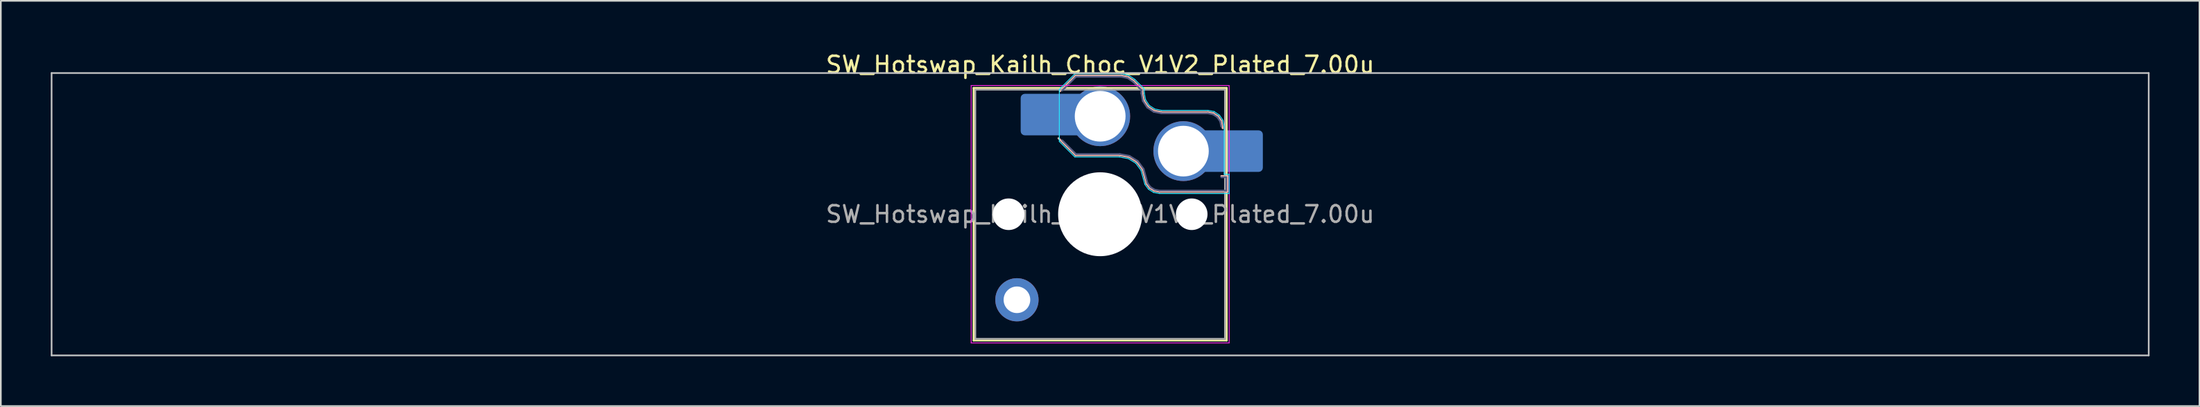
<source format=kicad_pcb>
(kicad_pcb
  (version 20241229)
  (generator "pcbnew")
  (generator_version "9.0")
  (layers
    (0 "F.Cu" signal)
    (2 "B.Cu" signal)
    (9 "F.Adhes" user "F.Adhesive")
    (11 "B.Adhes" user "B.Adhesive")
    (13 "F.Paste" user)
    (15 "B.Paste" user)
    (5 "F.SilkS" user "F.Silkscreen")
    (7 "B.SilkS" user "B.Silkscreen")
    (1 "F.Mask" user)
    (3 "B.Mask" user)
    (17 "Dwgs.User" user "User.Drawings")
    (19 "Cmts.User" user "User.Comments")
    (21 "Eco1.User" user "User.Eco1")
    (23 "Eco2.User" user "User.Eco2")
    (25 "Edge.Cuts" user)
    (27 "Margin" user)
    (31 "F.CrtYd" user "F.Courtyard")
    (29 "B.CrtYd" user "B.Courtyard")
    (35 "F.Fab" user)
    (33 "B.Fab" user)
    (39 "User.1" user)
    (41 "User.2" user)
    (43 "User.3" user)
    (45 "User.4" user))
  (footprint "SW_Hotswap_Kailh_Choc_V1V2_Plated_7.00u"
    (layer "F.Cu")
    (at 63.05 9.848)
    (property "Reference" "SW_Hotswap_Kailh_Choc_V1V2_Plated_7.00u" (at 0 -9 0) (layer "F.SilkS") (effects (font (size 1 1) (thickness 0.15))))
    (attr smd)
    (fp_line (start -7.6 -7.6) (end -7.6 7.6) (stroke (width 0.12) (type solid)) (layer "F.SilkS"))
    (fp_line (start -7.6 7.6) (end 7.6 7.6) (stroke (width 0.12) (type solid)) (layer "F.SilkS"))
    (fp_line (start 7.6 -7.6) (end -7.6 -7.6) (stroke (width 0.12) (type solid)) (layer "F.SilkS"))
    (fp_line (start 7.6 7.6) (end 7.6 -7.6) (stroke (width 0.12) (type solid)) (layer "F.SilkS"))
    (fp_line (start -2.416 -7.409) (end -1.479 -8.346) (stroke (width 0.12) (type solid)) (layer "B.SilkS"))
    (fp_line (start -1.479 -8.346) (end 1.268 -8.346) (stroke (width 0.12) (type solid)) (layer "B.SilkS"))
    (fp_line (start -1.479 -3.554) (end -2.5 -4.575) (stroke (width 0.12) (type solid)) (layer "B.SilkS"))
    (fp_line (start 1.168 -3.554) (end -1.479 -3.554) (stroke (width 0.12) (type solid)) (layer "B.SilkS"))
    (fp_line (start 1.268 -8.346) (end 1.671 -8.266) (stroke (width 0.12) (type solid)) (layer "B.SilkS"))
    (fp_line (start 1.671 -8.266) (end 2.013 -8.037) (stroke (width 0.12) (type solid)) (layer "B.SilkS"))
    (fp_line (start 1.73 -3.449) (end 1.168 -3.554) (stroke (width 0.12) (type solid)) (layer "B.SilkS"))
    (fp_line (start 2.013 -8.037) (end 2.546 -7.504) (stroke (width 0.12) (type solid)) (layer "B.SilkS"))
    (fp_line (start 2.209 -3.15) (end 1.73 -3.449) (stroke (width 0.12) (type solid)) (layer "B.SilkS"))
    (fp_line (start 2.546 -7.504) (end 2.546 -7.282) (stroke (width 0.12) (type solid)) (layer "B.SilkS"))
    (fp_line (start 2.546 -7.282) (end 2.633 -6.844) (stroke (width 0.12) (type solid)) (layer "B.SilkS"))
    (fp_line (start 2.547 -2.697) (end 2.209 -3.15) (stroke (width 0.12) (type solid)) (layer "B.SilkS"))
    (fp_line (start 2.633 -6.844) (end 2.877 -6.477) (stroke (width 0.12) (type solid)) (layer "B.SilkS"))
    (fp_line (start 2.701 -2.139) (end 2.547 -2.697) (stroke (width 0.12) (type solid)) (layer "B.SilkS"))
    (fp_line (start 2.783 -1.841) (end 2.701 -2.139) (stroke (width 0.12) (type solid)) (layer "B.SilkS"))
    (fp_line (start 2.877 -6.477) (end 3.244 -6.233) (stroke (width 0.12) (type solid)) (layer "B.SilkS"))
    (fp_line (start 2.976 -1.583) (end 2.783 -1.841) (stroke (width 0.12) (type solid)) (layer "B.SilkS"))
    (fp_line (start 3.244 -6.233) (end 3.682 -6.146) (stroke (width 0.12) (type solid)) (layer "B.SilkS"))
    (fp_line (start 3.25 -1.413) (end 2.976 -1.583) (stroke (width 0.12) (type solid)) (layer "B.SilkS"))
    (fp_line (start 3.56 -1.354) (end 3.25 -1.413) (stroke (width 0.12) (type solid)) (layer "B.SilkS"))
    (fp_line (start 3.682 -6.146) (end 6.482 -6.146) (stroke (width 0.12) (type solid)) (layer "B.SilkS"))
    (fp_line (start 6.482 -6.146) (end 6.809 -6.081) (stroke (width 0.12) (type solid)) (layer "B.SilkS"))
    (fp_line (start 6.809 -6.081) (end 7.092 -5.892) (stroke (width 0.12) (type solid)) (layer "B.SilkS"))
    (fp_line (start 7.092 -5.892) (end 7.281 -5.609) (stroke (width 0.12) (type solid)) (layer "B.SilkS"))
    (fp_line (start 7.281 -5.609) (end 7.366 -5.182) (stroke (width 0.12) (type solid)) (layer "B.SilkS"))
    (fp_line (start 7.283 -2.296) (end 7.646 -2.296) (stroke (width 0.12) (type solid)) (layer "B.SilkS"))
    (fp_line (start 7.646 -2.296) (end 7.646 -1.354) (stroke (width 0.12) (type solid)) (layer "B.SilkS"))
    (fp_line (start 7.646 -1.354) (end 3.56 -1.354) (stroke (width 0.12) (type solid)) (layer "B.SilkS"))
    (fp_line (start -63 -8.5) (end -63 8.5) (stroke (width 0.1) (type solid)) (layer "Dwgs.User"))
    (fp_line (start -63 8.5) (end 63 8.5) (stroke (width 0.1) (type solid)) (layer "Dwgs.User"))
    (fp_line (start 63 -8.5) (end -63 -8.5) (stroke (width 0.1) (type solid)) (layer "Dwgs.User"))
    (fp_line (start 63 8.5) (end 63 -8.5) (stroke (width 0.1) (type solid)) (layer "Dwgs.User"))
    (fp_line (start -7.25 -7.25) (end -7.25 7.25) (stroke (width 0.1) (type solid)) (layer "Eco1.User"))
    (fp_line (start -7.25 7.25) (end 7.25 7.25) (stroke (width 0.1) (type solid)) (layer "Eco1.User"))
    (fp_line (start 7.25 -7.25) (end -7.25 -7.25) (stroke (width 0.1) (type solid)) (layer "Eco1.User"))
    (fp_line (start 7.25 7.25) (end 7.25 -7.25) (stroke (width 0.1) (type solid)) (layer "Eco1.User"))
    (fp_line (start -2.452 -7.523) (end -1.523 -8.452) (stroke (width 0.05) (type solid)) (layer "B.CrtYd"))
    (fp_line (start -2.452 -4.377) (end -2.452 -7.523) (stroke (width 0.05) (type solid)) (layer "B.CrtYd"))
    (fp_line (start -1.523 -8.452) (end 1.278 -8.452) (stroke (width 0.05) (type solid)) (layer "B.CrtYd"))
    (fp_line (start -1.523 -3.448) (end -2.452 -4.377) (stroke (width 0.05) (type solid)) (layer "B.CrtYd"))
    (fp_line (start 1.159 -3.448) (end -1.523 -3.448) (stroke (width 0.05) (type solid)) (layer "B.CrtYd"))
    (fp_line (start 1.278 -8.452) (end 1.712 -8.366) (stroke (width 0.05) (type solid)) (layer "B.CrtYd"))
    (fp_line (start 1.691 -3.348) (end 1.159 -3.448) (stroke (width 0.05) (type solid)) (layer "B.CrtYd"))
    (fp_line (start 1.712 -8.366) (end 2.081 -8.119) (stroke (width 0.05) (type solid)) (layer "B.CrtYd"))
    (fp_line (start 2.081 -8.119) (end 2.652 -7.548) (stroke (width 0.05) (type solid)) (layer "B.CrtYd"))
    (fp_line (start 2.136 -3.071) (end 1.691 -3.348) (stroke (width 0.05) (type solid)) (layer "B.CrtYd"))
    (fp_line (start 2.45 -2.65) (end 2.136 -3.071) (stroke (width 0.05) (type solid)) (layer "B.CrtYd"))
    (fp_line (start 2.599 -2.111) (end 2.45 -2.65) (stroke (width 0.05) (type solid)) (layer "B.CrtYd"))
    (fp_line (start 2.652 -7.548) (end 2.652 -7.292) (stroke (width 0.05) (type solid)) (layer "B.CrtYd"))
    (fp_line (start 2.652 -7.292) (end 2.733 -6.885) (stroke (width 0.05) (type solid)) (layer "B.CrtYd"))
    (fp_line (start 2.687 -1.794) (end 2.599 -2.111) (stroke (width 0.05) (type solid)) (layer "B.CrtYd"))
    (fp_line (start 2.733 -6.885) (end 2.953 -6.553) (stroke (width 0.05) (type solid)) (layer "B.CrtYd"))
    (fp_line (start 2.903 -1.503) (end 2.687 -1.794) (stroke (width 0.05) (type solid)) (layer "B.CrtYd"))
    (fp_line (start 2.953 -6.553) (end 3.285 -6.333) (stroke (width 0.05) (type solid)) (layer "B.CrtYd"))
    (fp_line (start 3.211 -1.312) (end 2.903 -1.503) (stroke (width 0.05) (type solid)) (layer "B.CrtYd"))
    (fp_line (start 3.285 -6.333) (end 3.692 -6.252) (stroke (width 0.05) (type solid)) (layer "B.CrtYd"))
    (fp_line (start 3.55 -1.248) (end 3.211 -1.312) (stroke (width 0.05) (type solid)) (layer "B.CrtYd"))
    (fp_line (start 3.692 -6.252) (end 6.492 -6.252) (stroke (width 0.05) (type solid)) (layer "B.CrtYd"))
    (fp_line (start 6.492 -6.252) (end 6.85 -6.181) (stroke (width 0.05) (type solid)) (layer "B.CrtYd"))
    (fp_line (start 6.85 -6.181) (end 7.168 -5.968) (stroke (width 0.05) (type solid)) (layer "B.CrtYd"))
    (fp_line (start 7.168 -5.968) (end 7.381 -5.65) (stroke (width 0.05) (type solid)) (layer "B.CrtYd"))
    (fp_line (start 7.381 -5.65) (end 7.452 -5.292) (stroke (width 0.05) (type solid)) (layer "B.CrtYd"))
    (fp_line (start 7.452 -5.292) (end 7.452 -2.402) (stroke (width 0.05) (type solid)) (layer "B.CrtYd"))
    (fp_line (start 7.452 -2.402) (end 7.752 -2.402) (stroke (width 0.05) (type solid)) (layer "B.CrtYd"))
    (fp_line (start 7.752 -2.402) (end 7.752 -1.248) (stroke (width 0.05) (type solid)) (layer "B.CrtYd"))
    (fp_line (start 7.752 -1.248) (end 3.55 -1.248) (stroke (width 0.05) (type solid)) (layer "B.CrtYd"))
    (fp_line (start -7.75 -7.75) (end -7.75 7.75) (stroke (width 0.05) (type solid)) (layer "F.CrtYd"))
    (fp_line (start -7.75 7.75) (end 7.75 7.75) (stroke (width 0.05) (type solid)) (layer "F.CrtYd"))
    (fp_line (start 7.75 -7.75) (end -7.75 -7.75) (stroke (width 0.05) (type solid)) (layer "F.CrtYd"))
    (fp_line (start 7.75 7.75) (end 7.75 -7.75) (stroke (width 0.05) (type solid)) (layer "F.CrtYd"))
    (fp_line (start -2.275 -7.45) (end -1.45 -8.275) (stroke (width 0.1) (type solid)) (layer "B.Fab"))
    (fp_line (start -1.45 -8.275) (end 1.261 -8.275) (stroke (width 0.1) (type solid)) (layer "B.Fab"))
    (fp_line (start -1.45 -3.625) (end -2.275 -4.45) (stroke (width 0.1) (type solid)) (layer "B.Fab"))
    (fp_line (start 1.175 -3.625) (end -1.45 -3.625) (stroke (width 0.1) (type solid)) (layer "B.Fab"))
    (fp_line (start 1.261 -8.275) (end 1.643 -8.199) (stroke (width 0.1) (type solid)) (layer "B.Fab"))
    (fp_line (start 1.643 -8.199) (end 1.968 -7.982) (stroke (width 0.1) (type solid)) (layer "B.Fab"))
    (fp_line (start 1.756 -3.516) (end 1.175 -3.625) (stroke (width 0.1) (type solid)) (layer "B.Fab"))
    (fp_line (start 1.968 -7.982) (end 2.475 -7.475) (stroke (width 0.1) (type solid)) (layer "B.Fab"))
    (fp_line (start 2.258 -3.203) (end 1.756 -3.516) (stroke (width 0.1) (type solid)) (layer "B.Fab"))
    (fp_line (start 2.475 -7.475) (end 2.475 -7.275) (stroke (width 0.1) (type solid)) (layer "B.Fab"))
    (fp_line (start 2.475 -7.275) (end 2.566 -6.816) (stroke (width 0.1) (type solid)) (layer "B.Fab"))
    (fp_line (start 2.566 -6.816) (end 2.826 -6.426) (stroke (width 0.1) (type solid)) (layer "B.Fab"))
    (fp_line (start 2.612 -2.729) (end 2.258 -3.203) (stroke (width 0.1) (type solid)) (layer "B.Fab"))
    (fp_line (start 2.769 -2.158) (end 2.612 -2.729) (stroke (width 0.1) (type solid)) (layer "B.Fab"))
    (fp_line (start 2.826 -6.426) (end 3.216 -6.166) (stroke (width 0.1) (type solid)) (layer "B.Fab"))
    (fp_line (start 2.848 -1.873) (end 2.769 -2.158) (stroke (width 0.1) (type solid)) (layer "B.Fab"))
    (fp_line (start 3.025 -1.636) (end 2.848 -1.873) (stroke (width 0.1) (type solid)) (layer "B.Fab"))
    (fp_line (start 3.216 -6.166) (end 3.675 -6.075) (stroke (width 0.1) (type solid)) (layer "B.Fab"))
    (fp_line (start 3.276 -1.48) (end 3.025 -1.636) (stroke (width 0.1) (type solid)) (layer "B.Fab"))
    (fp_line (start 3.567 -1.425) (end 3.276 -1.48) (stroke (width 0.1) (type solid)) (layer "B.Fab"))
    (fp_line (start 3.675 -6.075) (end 6.475 -6.075) (stroke (width 0.1) (type solid)) (layer "B.Fab"))
    (fp_line (start 6.475 -6.075) (end 6.781 -6.014) (stroke (width 0.1) (type solid)) (layer "B.Fab"))
    (fp_line (start 6.781 -6.014) (end 7.041 -5.841) (stroke (width 0.1) (type solid)) (layer "B.Fab"))
    (fp_line (start 7.041 -5.841) (end 7.214 -5.581) (stroke (width 0.1) (type solid)) (layer "B.Fab"))
    (fp_line (start 7.214 -5.581) (end 7.275 -5.275) (stroke (width 0.1) (type solid)) (layer "B.Fab"))
    (fp_line (start 7.275 -2.225) (end 7.575 -2.225) (stroke (width 0.1) (type solid)) (layer "B.Fab"))
    (fp_line (start 7.575 -2.225) (end 7.575 -1.425) (stroke (width 0.1) (type solid)) (layer "B.Fab"))
    (fp_line (start 7.575 -1.425) (end 3.567 -1.425) (stroke (width 0.1) (type solid)) (layer "B.Fab"))
    (fp_line (start -7.5 -7.5) (end -7.5 7.5) (stroke (width 0.1) (type solid)) (layer "F.Fab"))
    (fp_line (start -7.5 7.5) (end 7.5 7.5) (stroke (width 0.1) (type solid)) (layer "F.Fab"))
    (fp_line (start 7.5 -7.5) (end -7.5 -7.5) (stroke (width 0.1) (type solid)) (layer "F.Fab"))
    (fp_line (start 7.5 7.5) (end 7.5 -7.5) (stroke (width 0.1) (type solid)) (layer "F.Fab"))
    (fp_text user "${REFERENCE}" (at 0 0 0) (layer "F.Fab") (effects (font (size 1 1) (thickness 0.15))))
    (pad "" np_thru_hole circle (at -5.5 0) (size 1.9 1.9) (drill 1.9) (layers "*.Cu" "*.Mask"))
    (pad "" smd circle (at -5 5.15) (size 1.65 1.65) (layers "F.Mask"))
    (pad "" thru_hole circle (at -5 5.15) (size 2.6 2.6) (drill 1.6) (layers "*.Cu" "B.Mask"))
    (pad "" smd roundrect (at -3.5 -6) (size 2.55 2.5) (layers "B.Mask" "B.Paste") (roundrect_rratio 0.1))
    (pad "" smd circle (at 0 -5.9) (size 3.1 3.1) (layers "F.Mask"))
    (pad "" np_thru_hole circle (at 0 0) (size 5.05 5.05) (drill 5.05) (layers "*.Cu" "*.Mask"))
    (pad "" smd circle (at 5 -3.8) (size 3.1 3.1) (layers "F.Mask"))
    (pad "" np_thru_hole circle (at 5.5 0) (size 1.9 1.9) (drill 1.9) (layers "*.Cu" "*.Mask"))
    (pad "" smd roundrect (at 8.5 -3.8) (size 2.55 2.5) (layers "B.Mask" "B.Paste") (roundrect_rratio 0.1))
    (pad "1" smd roundrect (at -2.85 -6) (size 3.85 2.5) (layers "B.Cu") (roundrect_rratio 0.1))
    (pad "1" thru_hole circle (at 0 -5.9) (size 3.6 3.6) (drill 3.05) (layers "*.Cu" "B.Mask"))
    (pad "2" thru_hole circle (at 5 -3.8) (size 3.6 3.6) (drill 3.05) (layers "*.Cu" "B.Mask"))
    (pad "2" smd roundrect (at 7.85 -3.8) (size 3.85 2.5) (layers "B.Cu") (roundrect_rratio 0.1)))
  (gr_rect
    (start -3 -3)
    (end 129.1 21.398)
    (stroke (width 0.1) (type default))
    (fill no)
    (layer "Edge.Cuts")))
</source>
